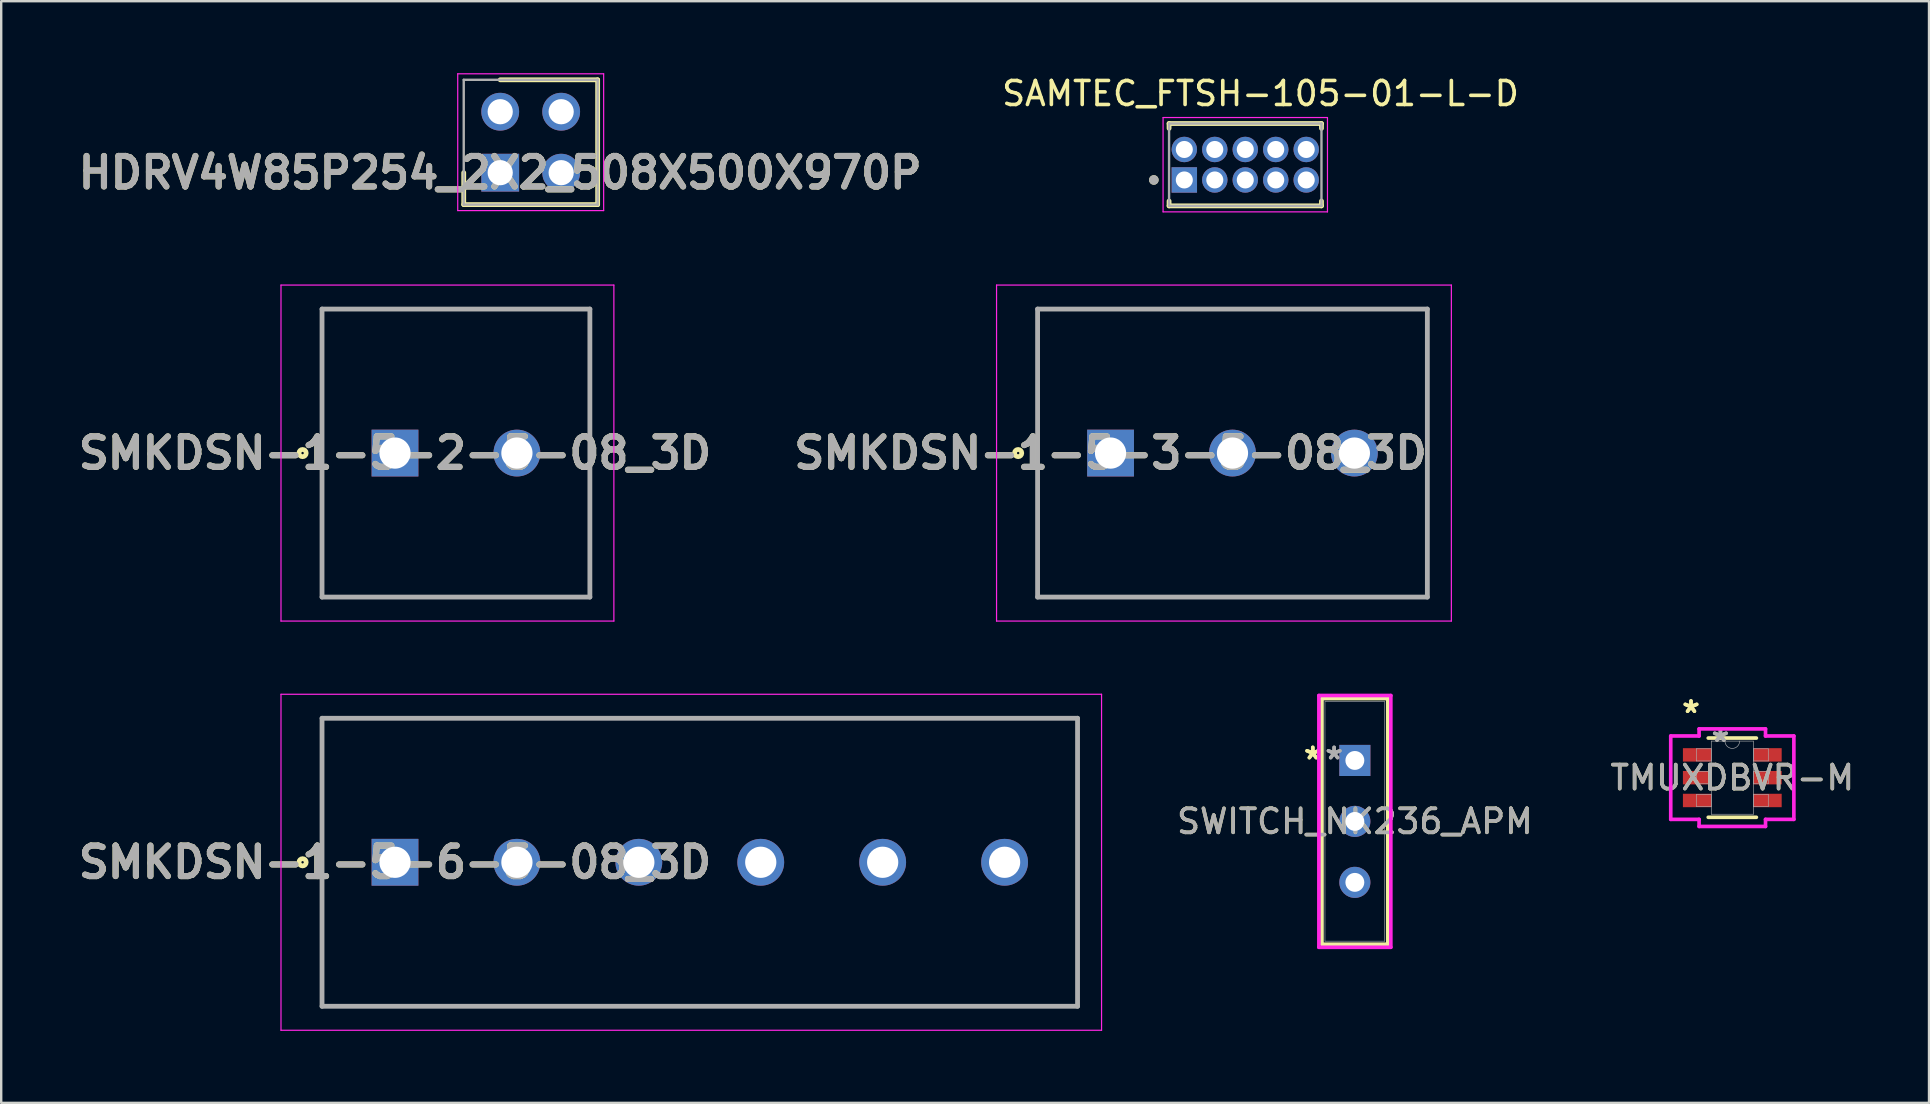
<source format=kicad_pcb>
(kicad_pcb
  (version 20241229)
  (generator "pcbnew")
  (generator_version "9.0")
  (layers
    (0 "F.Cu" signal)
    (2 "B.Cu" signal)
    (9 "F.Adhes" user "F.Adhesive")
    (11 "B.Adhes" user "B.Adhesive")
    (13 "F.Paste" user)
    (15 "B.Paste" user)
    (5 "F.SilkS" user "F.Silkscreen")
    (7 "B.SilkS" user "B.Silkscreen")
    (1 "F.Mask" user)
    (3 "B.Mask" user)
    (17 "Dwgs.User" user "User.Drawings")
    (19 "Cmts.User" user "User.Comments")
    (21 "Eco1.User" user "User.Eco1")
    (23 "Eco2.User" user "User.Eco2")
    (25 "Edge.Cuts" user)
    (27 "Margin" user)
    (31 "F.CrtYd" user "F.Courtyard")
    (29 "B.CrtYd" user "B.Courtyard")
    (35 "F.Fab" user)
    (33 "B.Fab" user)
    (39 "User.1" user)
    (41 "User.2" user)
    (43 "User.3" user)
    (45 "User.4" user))
  (footprint "TMUXDBVR-M"
    (layer "F.Cu")
    (at 69.129 29.353)
    (property "Reference" "TMUXDBVR-M" (at 0 0 0) (unlocked yes) (layer "F.SilkS") (effects (font (size 1 1) (thickness 0.15))))
    (attr smd)
    (fp_line (start -1.003 1.651) (end 1.003 1.651) (stroke (width 0.152) (type solid)) (layer "F.SilkS"))
    (fp_line (start 1.003 -1.651) (end -1.003 -1.651) (stroke (width 0.152) (type solid)) (layer "F.SilkS"))
    (fp_line (start -2.565 -1.737) (end -1.384 -1.737) (stroke (width 0.152) (type solid)) (layer "F.CrtYd"))
    (fp_line (start -2.565 1.737) (end -2.565 -1.737) (stroke (width 0.152) (type solid)) (layer "F.CrtYd"))
    (fp_line (start -2.565 1.737) (end -1.384 1.737) (stroke (width 0.152) (type solid)) (layer "F.CrtYd"))
    (fp_line (start -1.384 -2.032) (end 1.384 -2.032) (stroke (width 0.152) (type solid)) (layer "F.CrtYd"))
    (fp_line (start -1.384 -1.737) (end -1.384 -2.032) (stroke (width 0.152) (type solid)) (layer "F.CrtYd"))
    (fp_line (start -1.384 2.032) (end -1.384 1.737) (stroke (width 0.152) (type solid)) (layer "F.CrtYd"))
    (fp_line (start 1.384 -2.032) (end 1.384 -1.737) (stroke (width 0.152) (type solid)) (layer "F.CrtYd"))
    (fp_line (start 1.384 1.737) (end 1.384 2.032) (stroke (width 0.152) (type solid)) (layer "F.CrtYd"))
    (fp_line (start 1.384 2.032) (end -1.384 2.032) (stroke (width 0.152) (type solid)) (layer "F.CrtYd"))
    (fp_line (start 2.565 -1.737) (end 1.384 -1.737) (stroke (width 0.152) (type solid)) (layer "F.CrtYd"))
    (fp_line (start 2.565 -1.737) (end 2.565 1.737) (stroke (width 0.152) (type solid)) (layer "F.CrtYd"))
    (fp_line (start 2.565 1.737) (end 1.384 1.737) (stroke (width 0.152) (type solid)) (layer "F.CrtYd"))
    (fp_line (start -1.499 -1.204) (end -1.499 -0.696) (stroke (width 0.025) (type solid)) (layer "F.Fab"))
    (fp_line (start -1.499 -0.696) (end -0.876 -0.696) (stroke (width 0.025) (type solid)) (layer "F.Fab"))
    (fp_line (start -1.499 -0.254) (end -1.499 0.254) (stroke (width 0.025) (type solid)) (layer "F.Fab"))
    (fp_line (start -1.499 0.254) (end -0.876 0.254) (stroke (width 0.025) (type solid)) (layer "F.Fab"))
    (fp_line (start -1.499 0.696) (end -1.499 1.204) (stroke (width 0.025) (type solid)) (layer "F.Fab"))
    (fp_line (start -1.499 1.204) (end -0.876 1.204) (stroke (width 0.025) (type solid)) (layer "F.Fab"))
    (fp_line (start -0.876 -1.524) (end -0.876 1.524) (stroke (width 0.025) (type solid)) (layer "F.Fab"))
    (fp_line (start -0.876 -1.204) (end -1.499 -1.204) (stroke (width 0.025) (type solid)) (layer "F.Fab"))
    (fp_line (start -0.876 -0.696) (end -0.876 -1.204) (stroke (width 0.025) (type solid)) (layer "F.Fab"))
    (fp_line (start -0.876 -0.254) (end -1.499 -0.254) (stroke (width 0.025) (type solid)) (layer "F.Fab"))
    (fp_line (start -0.876 0.254) (end -0.876 -0.254) (stroke (width 0.025) (type solid)) (layer "F.Fab"))
    (fp_line (start -0.876 0.696) (end -1.499 0.696) (stroke (width 0.025) (type solid)) (layer "F.Fab"))
    (fp_line (start -0.876 1.204) (end -0.876 0.696) (stroke (width 0.025) (type solid)) (layer "F.Fab"))
    (fp_line (start -0.876 1.524) (end 0.876 1.524) (stroke (width 0.025) (type solid)) (layer "F.Fab"))
    (fp_line (start 0.876 -1.524) (end -0.876 -1.524) (stroke (width 0.025) (type solid)) (layer "F.Fab"))
    (fp_line (start 0.876 -1.204) (end 0.876 -0.696) (stroke (width 0.025) (type solid)) (layer "F.Fab"))
    (fp_line (start 0.876 -0.696) (end 1.499 -0.696) (stroke (width 0.025) (type solid)) (layer "F.Fab"))
    (fp_line (start 0.876 -0.254) (end 0.876 0.254) (stroke (width 0.025) (type solid)) (layer "F.Fab"))
    (fp_line (start 0.876 0.254) (end 1.499 0.254) (stroke (width 0.025) (type solid)) (layer "F.Fab"))
    (fp_line (start 0.876 0.696) (end 0.876 1.204) (stroke (width 0.025) (type solid)) (layer "F.Fab"))
    (fp_line (start 0.876 1.204) (end 1.499 1.204) (stroke (width 0.025) (type solid)) (layer "F.Fab"))
    (fp_line (start 0.876 1.524) (end 0.876 -1.524) (stroke (width 0.025) (type solid)) (layer "F.Fab"))
    (fp_line (start 1.499 -1.204) (end 0.876 -1.204) (stroke (width 0.025) (type solid)) (layer "F.Fab"))
    (fp_line (start 1.499 -0.696) (end 1.499 -1.204) (stroke (width 0.025) (type solid)) (layer "F.Fab"))
    (fp_line (start 1.499 -0.254) (end 0.876 -0.254) (stroke (width 0.025) (type solid)) (layer "F.Fab"))
    (fp_line (start 1.499 0.254) (end 1.499 -0.254) (stroke (width 0.025) (type solid)) (layer "F.Fab"))
    (fp_line (start 1.499 0.696) (end 0.876 0.696) (stroke (width 0.025) (type solid)) (layer "F.Fab"))
    (fp_line (start 1.499 1.204) (end 1.499 0.696) (stroke (width 0.025) (type solid)) (layer "F.Fab"))
    (fp_arc (start 0.3048 -1.524) (mid 0 -1.2192) (end -0.3048 -1.524) (stroke (width 0.0254) (type solid)) (layer "F.Fab"))
    (fp_text user "*" (at -1.721 -2.652 0) (layer "F.SilkS") (effects (font (size 1 1) (thickness 0.15))))
    (fp_text user "*" (at -1.721 -2.652 0) (unlocked yes) (layer "F.SilkS") (effects (font (size 1 1) (thickness 0.15))))
    (fp_text user "${REFERENCE}" (at 0 0 0) (unlocked yes) (layer "F.Fab") (effects (font (size 1 1) (thickness 0.15))))
    (fp_text user "*" (at -0.495 -1.448 0) (layer "F.Fab") (effects (font (size 1 1) (thickness 0.15))))
    (fp_text user "*" (at -0.495 -1.448 0) (unlocked yes) (layer "F.Fab") (effects (font (size 1 1) (thickness 0.15))))
    (pad "1" smd rect (at -1.467 -0.95) (size 1.181 0.559) (layers "F.Cu" "F.Mask" "F.Paste"))
    (pad "2" smd rect (at -1.467 0) (size 1.181 0.559) (layers "F.Cu" "F.Mask" "F.Paste"))
    (pad "3" smd rect (at -1.467 0.95) (size 1.181 0.559) (layers "F.Cu" "F.Mask" "F.Paste"))
    (pad "4" smd rect (at 1.467 0.95) (size 1.181 0.559) (layers "F.Cu" "F.Mask" "F.Paste"))
    (pad "5" smd rect (at 1.467 0) (size 1.181 0.559) (layers "F.Cu" "F.Mask" "F.Paste"))
    (pad "6" smd rect (at 1.467 -0.95) (size 1.181 0.559) (layers "F.Cu" "F.Mask" "F.Paste")))
  (footprint "SAMTEC_FTSH-105-01-L-D"
    (layer "F.Cu")
    (at 46.296 4.448)
    (property "Reference" "SAMTEC_FTSH-105-01-L-D" (at 3.175 -3.6 0) (layer "F.SilkS") (effects (font (size 1 1) (thickness 0.15))))
    (attr through_hole)
    (fp_line (start -0.635 -2.35) (end -0.635 -2.15) (stroke (width 0.2) (type solid)) (layer "F.SilkS"))
    (fp_line (start -0.635 -2.35) (end 5.715 -2.35) (stroke (width 0.2) (type solid)) (layer "F.SilkS"))
    (fp_line (start -0.635 1.08) (end -0.635 0.88) (stroke (width 0.2) (type solid)) (layer "F.SilkS"))
    (fp_line (start -0.635 1.08) (end 5.715 1.08) (stroke (width 0.2) (type solid)) (layer "F.SilkS"))
    (fp_line (start 5.715 -2.35) (end 5.715 -2.15) (stroke (width 0.2) (type solid)) (layer "F.SilkS"))
    (fp_line (start 5.715 1.08) (end 5.715 0.88) (stroke (width 0.2) (type solid)) (layer "F.SilkS"))
    (fp_circle (center -1.27 0) (end -1.17 0) (stroke (width 0.2) (type solid)) (fill no) (layer "F.SilkS"))
    (fp_line (start -0.885 -2.6) (end -0.885 1.33) (stroke (width 0.05) (type solid)) (layer "F.CrtYd"))
    (fp_line (start -0.885 -2.6) (end 5.965 -2.6) (stroke (width 0.05) (type solid)) (layer "F.CrtYd"))
    (fp_line (start 5.965 -2.6) (end 5.965 1.33) (stroke (width 0.05) (type solid)) (layer "F.CrtYd"))
    (fp_line (start 5.965 1.33) (end -0.885 1.33) (stroke (width 0.05) (type solid)) (layer "F.CrtYd"))
    (fp_line (start -0.635 -2.35) (end -0.635 1.08) (stroke (width 0.1) (type solid)) (layer "F.Fab"))
    (fp_line (start -0.635 -2.35) (end 5.715 -2.35) (stroke (width 0.1) (type solid)) (layer "F.Fab"))
    (fp_line (start -0.635 1.08) (end 5.715 1.08) (stroke (width 0.1) (type solid)) (layer "F.Fab"))
    (fp_line (start 5.715 -2.35) (end 5.715 1.08) (stroke (width 0.1) (type solid)) (layer "F.Fab"))
    (fp_circle (center -1.27 0) (end -1.17 0) (stroke (width 0.2) (type solid)) (fill no) (layer "F.Fab"))
    (pad "01" thru_hole rect (at 0 0) (size 1.06 1.06) (drill 0.71) (layers "*.Cu" "*.Mask"))
    (pad "02" thru_hole circle (at 0 -1.27) (size 1.06 1.06) (drill 0.71) (layers "*.Cu" "*.Mask"))
    (pad "03" thru_hole circle (at 1.27 0) (size 1.06 1.06) (drill 0.71) (layers "*.Cu" "*.Mask"))
    (pad "04" thru_hole circle (at 1.27 -1.27) (size 1.06 1.06) (drill 0.71) (layers "*.Cu" "*.Mask"))
    (pad "05" thru_hole circle (at 2.54 0) (size 1.06 1.06) (drill 0.71) (layers "*.Cu" "*.Mask"))
    (pad "06" thru_hole circle (at 2.54 -1.27) (size 1.06 1.06) (drill 0.71) (layers "*.Cu" "*.Mask"))
    (pad "07" thru_hole circle (at 3.81 0) (size 1.06 1.06) (drill 0.71) (layers "*.Cu" "*.Mask"))
    (pad "08" thru_hole circle (at 3.81 -1.27) (size 1.06 1.06) (drill 0.71) (layers "*.Cu" "*.Mask"))
    (pad "09" thru_hole circle (at 5.08 0) (size 1.06 1.06) (drill 0.71) (layers "*.Cu" "*.Mask"))
    (pad "10" thru_hole circle (at 5.08 -1.27) (size 1.06 1.06) (drill 0.71) (layers "*.Cu" "*.Mask")))
  (footprint "SMKDSN-1-5-2-5-08_3D"
    (layer "F.Cu")
    (at 13.408 15.828)
    (property "Reference" "SMKDSN-1-5-2-5-08_3D" (at 0 0 0) (layer "F.SilkS") (effects (font (size 1.27 1.27) (thickness 0.254))))
    (attr through_hole)
    (fp_line (start -3.04 -6) (end 8.12 -6) (stroke (width 0.1) (type solid)) (layer "F.SilkS"))
    (fp_line (start -3.04 6) (end -3.04 -6) (stroke (width 0.1) (type solid)) (layer "F.SilkS"))
    (fp_line (start 8.12 -6) (end 8.12 6) (stroke (width 0.1) (type solid)) (layer "F.SilkS"))
    (fp_line (start 8.12 6) (end -3.04 6) (stroke (width 0.1) (type solid)) (layer "F.SilkS"))
    (fp_circle (center -3.85 0) (end -3.85 0.05) (stroke (width 0.2) (type solid)) (fill no) (layer "F.SilkS"))
    (fp_line (start -4.75 -7) (end 9.12 -7) (stroke (width 0.05) (type solid)) (layer "F.CrtYd"))
    (fp_line (start -4.75 7) (end -4.75 -7) (stroke (width 0.05) (type solid)) (layer "F.CrtYd"))
    (fp_line (start 9.12 -7) (end 9.12 7) (stroke (width 0.05) (type solid)) (layer "F.CrtYd"))
    (fp_line (start 9.12 7) (end -4.75 7) (stroke (width 0.05) (type solid)) (layer "F.CrtYd"))
    (fp_line (start -3.04 -6) (end 8.12 -6) (stroke (width 0.2) (type solid)) (layer "F.Fab"))
    (fp_line (start -3.04 6) (end -3.04 -6) (stroke (width 0.2) (type solid)) (layer "F.Fab"))
    (fp_line (start 8.12 -6) (end 8.12 6) (stroke (width 0.2) (type solid)) (layer "F.Fab"))
    (fp_line (start 8.12 6) (end -3.04 6) (stroke (width 0.2) (type solid)) (layer "F.Fab"))
    (fp_text user "${REFERENCE}" (at 0 0 0) (layer "F.Fab") (effects (font (size 1.27 1.27) (thickness 0.254))))
    (pad "1" thru_hole rect (at 0 0) (size 1.95 1.95) (drill 1.3) (layers "*.Cu" "*.Mask"))
    (pad "2" thru_hole circle (at 5.08 0) (size 1.95 1.95) (drill 1.3) (layers "*.Cu" "*.Mask")))
  (footprint "SWITCH_NK236_APM"
    (layer "F.Cu")
    (at 53.402 28.635)
    (property "Reference" "SWITCH_NK236_APM" (at 0 2.54 0) (unlocked yes) (layer "F.SilkS") (effects (font (size 1 1) (thickness 0.15))))
    (attr through_hole)
    (fp_line (start -1.372 -2.578) (end -1.372 7.658) (stroke (width 0.152) (type solid)) (layer "F.SilkS"))
    (fp_line (start -1.372 7.658) (end 1.372 7.658) (stroke (width 0.152) (type solid)) (layer "F.SilkS"))
    (fp_line (start 1.372 -2.578) (end -1.372 -2.578) (stroke (width 0.152) (type solid)) (layer "F.SilkS"))
    (fp_line (start 1.372 7.658) (end 1.372 -2.578) (stroke (width 0.152) (type solid)) (layer "F.SilkS"))
    (fp_line (start -1.499 -2.705) (end -1.499 7.785) (stroke (width 0.152) (type solid)) (layer "F.CrtYd"))
    (fp_line (start -1.499 7.785) (end 1.499 7.785) (stroke (width 0.152) (type solid)) (layer "F.CrtYd"))
    (fp_line (start 1.499 -2.705) (end -1.499 -2.705) (stroke (width 0.152) (type solid)) (layer "F.CrtYd"))
    (fp_line (start 1.499 7.785) (end 1.499 -2.705) (stroke (width 0.152) (type solid)) (layer "F.CrtYd"))
    (fp_line (start -1.245 -2.451) (end -1.245 7.531) (stroke (width 0.025) (type solid)) (layer "F.Fab"))
    (fp_line (start -1.245 7.531) (end 1.245 7.531) (stroke (width 0.025) (type solid)) (layer "F.Fab"))
    (fp_line (start 0 2.54) (end 0 2.54) (stroke (width 0.025) (type solid)) (layer "F.Fab"))
    (fp_line (start 0 2.54) (end 0 2.54) (stroke (width 0.025) (type solid)) (layer "F.Fab"))
    (fp_line (start 0 2.54) (end 0 2.54) (stroke (width 0.025) (type solid)) (layer "F.Fab"))
    (fp_line (start 0 2.54) (end 0 2.54) (stroke (width 0.025) (type solid)) (layer "F.Fab"))
    (fp_line (start 1.245 -2.451) (end -1.245 -2.451) (stroke (width 0.025) (type solid)) (layer "F.Fab"))
    (fp_line (start 1.245 7.531) (end 1.245 -2.451) (stroke (width 0.025) (type solid)) (layer "F.Fab"))
    (fp_text user "*" (at -1.753 0 0) (layer "F.SilkS") (effects (font (size 1 1) (thickness 0.15))))
    (fp_text user "*" (at -1.753 0 0) (unlocked yes) (layer "F.SilkS") (effects (font (size 1 1) (thickness 0.15))))
    (fp_text user "*" (at -0.864 0 0) (layer "F.Fab") (effects (font (size 1 1) (thickness 0.15))))
    (fp_text user "${REFERENCE}" (at 0 2.54 0) (unlocked yes) (layer "F.Fab") (effects (font (size 1 1) (thickness 0.15))))
    (fp_text user "*" (at -0.864 0 0) (unlocked yes) (layer "F.Fab") (effects (font (size 1 1) (thickness 0.15))))
    (pad "1" thru_hole circle (at 0 2.54) (size 1.295 1.295) (drill 0.787) (layers "*.Cu" "*.Mask"))
    (pad "2" thru_hole circle (at 0 5.08) (size 1.295 1.295) (drill 0.787) (layers "*.Cu" "*.Mask"))
    (pad "3" thru_hole rect (at 0 0) (size 1.295 1.295) (drill 0.787) (layers "*.Cu" "*.Mask")))
  (footprint "SMKDSN-1-5-3-5-08_3D"
    (layer "F.Cu")
    (at 43.223 15.828)
    (property "Reference" "SMKDSN-1-5-3-5-08_3D" (at 0 0 0) (layer "F.SilkS") (effects (font (size 1.27 1.27) (thickness 0.254))))
    (attr through_hole)
    (fp_line (start -3.04 -6) (end 13.2 -6) (stroke (width 0.1) (type solid)) (layer "F.SilkS"))
    (fp_line (start -3.04 6) (end -3.04 -6) (stroke (width 0.1) (type solid)) (layer "F.SilkS"))
    (fp_line (start 13.2 -6) (end 13.2 6) (stroke (width 0.1) (type solid)) (layer "F.SilkS"))
    (fp_line (start 13.2 6) (end -3.04 6) (stroke (width 0.1) (type solid)) (layer "F.SilkS"))
    (fp_circle (center -3.85 0) (end -3.85 0.05) (stroke (width 0.2) (type solid)) (fill no) (layer "F.SilkS"))
    (fp_line (start -4.75 -7) (end 14.2 -7) (stroke (width 0.05) (type solid)) (layer "F.CrtYd"))
    (fp_line (start -4.75 7) (end -4.75 -7) (stroke (width 0.05) (type solid)) (layer "F.CrtYd"))
    (fp_line (start 14.2 -7) (end 14.2 7) (stroke (width 0.05) (type solid)) (layer "F.CrtYd"))
    (fp_line (start 14.2 7) (end -4.75 7) (stroke (width 0.05) (type solid)) (layer "F.CrtYd"))
    (fp_line (start -3.04 -6) (end 13.2 -6) (stroke (width 0.2) (type solid)) (layer "F.Fab"))
    (fp_line (start -3.04 6) (end -3.04 -6) (stroke (width 0.2) (type solid)) (layer "F.Fab"))
    (fp_line (start 13.2 -6) (end 13.2 6) (stroke (width 0.2) (type solid)) (layer "F.Fab"))
    (fp_line (start 13.2 6) (end -3.04 6) (stroke (width 0.2) (type solid)) (layer "F.Fab"))
    (fp_text user "${REFERENCE}" (at 0 0 0) (layer "F.Fab") (effects (font (size 1.27 1.27) (thickness 0.254))))
    (pad "1" thru_hole rect (at 0 0) (size 1.95 1.95) (drill 1.3) (layers "*.Cu" "*.Mask"))
    (pad "2" thru_hole circle (at 5.08 0) (size 1.95 1.95) (drill 1.3) (layers "*.Cu" "*.Mask"))
    (pad "3" thru_hole circle (at 10.16 0) (size 1.95 1.95) (drill 1.3) (layers "*.Cu" "*.Mask")))
  (footprint "SMKDSN-1-5-6-5-08_3D"
    (layer "F.Cu")
    (at 13.408 32.878)
    (property "Reference" "SMKDSN-1-5-6-5-08_3D" (at 0 0 0) (layer "F.SilkS") (effects (font (size 1.27 1.27) (thickness 0.254))))
    (attr through_hole)
    (fp_line (start -3.04 -6) (end 28.44 -6) (stroke (width 0.1) (type solid)) (layer "F.SilkS"))
    (fp_line (start -3.04 6) (end -3.04 -6) (stroke (width 0.1) (type solid)) (layer "F.SilkS"))
    (fp_line (start 28.44 -6) (end 28.44 6) (stroke (width 0.1) (type solid)) (layer "F.SilkS"))
    (fp_line (start 28.44 6) (end -3.04 6) (stroke (width 0.1) (type solid)) (layer "F.SilkS"))
    (fp_circle (center -3.85 0) (end -3.85 0.05) (stroke (width 0.2) (type solid)) (fill no) (layer "F.SilkS"))
    (fp_line (start -4.75 -7) (end 29.44 -7) (stroke (width 0.05) (type solid)) (layer "F.CrtYd"))
    (fp_line (start -4.75 7) (end -4.75 -7) (stroke (width 0.05) (type solid)) (layer "F.CrtYd"))
    (fp_line (start 29.44 -7) (end 29.44 7) (stroke (width 0.05) (type solid)) (layer "F.CrtYd"))
    (fp_line (start 29.44 7) (end -4.75 7) (stroke (width 0.05) (type solid)) (layer "F.CrtYd"))
    (fp_line (start -3.04 -6) (end 28.44 -6) (stroke (width 0.2) (type solid)) (layer "F.Fab"))
    (fp_line (start -3.04 6) (end -3.04 -6) (stroke (width 0.2) (type solid)) (layer "F.Fab"))
    (fp_line (start 28.44 -6) (end 28.44 6) (stroke (width 0.2) (type solid)) (layer "F.Fab"))
    (fp_line (start 28.44 6) (end -3.04 6) (stroke (width 0.2) (type solid)) (layer "F.Fab"))
    (fp_text user "${REFERENCE}" (at 0 0 0) (layer "F.Fab") (effects (font (size 1.27 1.27) (thickness 0.254))))
    (pad "1" thru_hole rect (at 0 0) (size 1.95 1.95) (drill 1.3) (layers "*.Cu" "*.Mask"))
    (pad "2" thru_hole circle (at 5.08 0) (size 1.95 1.95) (drill 1.3) (layers "*.Cu" "*.Mask"))
    (pad "3" thru_hole circle (at 10.16 0) (size 1.95 1.95) (drill 1.3) (layers "*.Cu" "*.Mask"))
    (pad "4" thru_hole circle (at 15.24 0) (size 1.95 1.95) (drill 1.3) (layers "*.Cu" "*.Mask"))
    (pad "5" thru_hole circle (at 20.32 0) (size 1.95 1.95) (drill 1.3) (layers "*.Cu" "*.Mask"))
    (pad "6" thru_hole circle (at 25.4 0) (size 1.95 1.95) (drill 1.3) (layers "*.Cu" "*.Mask")))
  (footprint "HDRV4W85P254_2X2_508X500X970P"
    (layer "F.Cu")
    (at 17.792 4.145)
    (property "Reference" "HDRV4W85P254_2X2_508X500X970P" (at 0 0 0) (layer "F.SilkS") (effects (font (size 1.27 1.27) (thickness 0.254))))
    (attr through_hole)
    (fp_line (start -1.52 0) (end -1.52 1.33) (stroke (width 0.2) (type solid)) (layer "F.SilkS"))
    (fp_line (start -1.52 1.33) (end 4.06 1.33) (stroke (width 0.2) (type solid)) (layer "F.SilkS"))
    (fp_line (start 4.06 -3.87) (end 0 -3.87) (stroke (width 0.2) (type solid)) (layer "F.SilkS"))
    (fp_line (start 4.06 1.33) (end 4.06 -3.87) (stroke (width 0.2) (type solid)) (layer "F.SilkS"))
    (fp_line (start -1.77 -4.12) (end 4.31 -4.12) (stroke (width 0.05) (type solid)) (layer "F.CrtYd"))
    (fp_line (start -1.77 1.58) (end -1.77 -4.12) (stroke (width 0.05) (type solid)) (layer "F.CrtYd"))
    (fp_line (start 4.31 -4.12) (end 4.31 1.58) (stroke (width 0.05) (type solid)) (layer "F.CrtYd"))
    (fp_line (start 4.31 1.58) (end -1.77 1.58) (stroke (width 0.05) (type solid)) (layer "F.CrtYd"))
    (fp_line (start -1.52 -3.87) (end 4.06 -3.87) (stroke (width 0.1) (type solid)) (layer "F.Fab"))
    (fp_line (start -1.52 1.33) (end -1.52 -3.87) (stroke (width 0.1) (type solid)) (layer "F.Fab"))
    (fp_line (start 4.06 -3.87) (end 4.06 1.33) (stroke (width 0.1) (type solid)) (layer "F.Fab"))
    (fp_line (start 4.06 1.33) (end -1.52 1.33) (stroke (width 0.1) (type solid)) (layer "F.Fab"))
    (fp_text user "${REFERENCE}" (at 0 0 0) (layer "F.Fab") (effects (font (size 1.27 1.27) (thickness 0.254))))
    (pad "1" thru_hole rect (at 0 0) (size 1.575 1.575) (drill 1.05) (layers "*.Cu" "*.Mask"))
    (pad "2" thru_hole circle (at 0 -2.54) (size 1.575 1.575) (drill 1.05) (layers "*.Cu" "*.Mask"))
    (pad "3" thru_hole circle (at 2.54 0) (size 1.575 1.575) (drill 1.05) (layers "*.Cu" "*.Mask"))
    (pad "4" thru_hole circle (at 2.54 -2.54) (size 1.575 1.575) (drill 1.05) (layers "*.Cu" "*.Mask")))
  (gr_rect
    (start -3 -3)
    (end 77.325 42.903)
    (stroke (width 0.1) (type default))
    (fill no)
    (layer "Edge.Cuts")))
</source>
